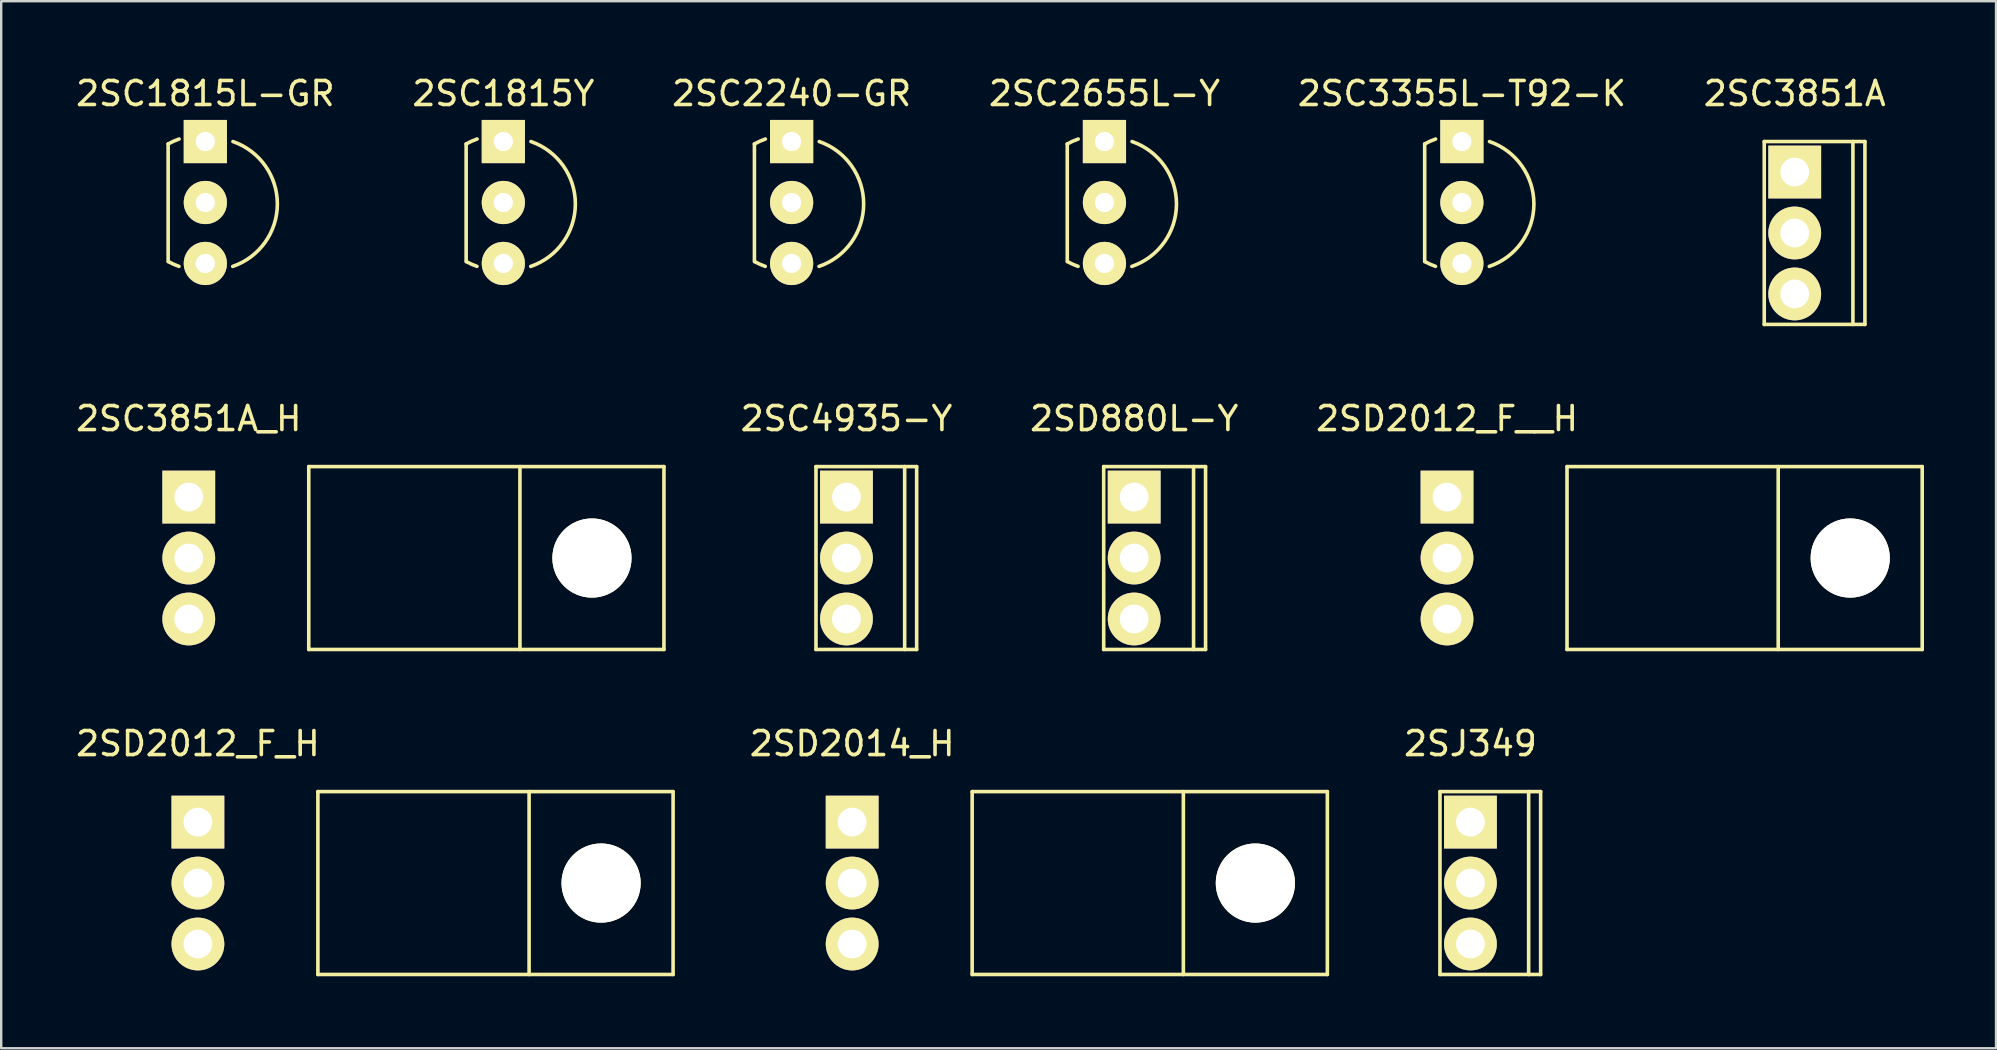
<source format=kicad_pcb>
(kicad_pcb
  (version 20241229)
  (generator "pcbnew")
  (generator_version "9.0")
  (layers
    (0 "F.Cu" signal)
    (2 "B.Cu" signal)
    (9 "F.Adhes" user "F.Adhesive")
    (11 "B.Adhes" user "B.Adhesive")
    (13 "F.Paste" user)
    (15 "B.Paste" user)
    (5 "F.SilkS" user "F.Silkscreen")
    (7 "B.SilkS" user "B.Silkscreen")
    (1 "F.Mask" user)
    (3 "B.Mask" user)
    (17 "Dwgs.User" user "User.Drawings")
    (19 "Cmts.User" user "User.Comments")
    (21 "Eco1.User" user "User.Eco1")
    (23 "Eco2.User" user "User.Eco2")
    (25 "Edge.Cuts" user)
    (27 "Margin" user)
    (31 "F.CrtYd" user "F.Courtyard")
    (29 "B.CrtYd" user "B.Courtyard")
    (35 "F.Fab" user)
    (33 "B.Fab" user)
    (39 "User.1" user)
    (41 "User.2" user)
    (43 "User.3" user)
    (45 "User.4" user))
  (footprint "2SD2014_H"
    (layer "F.Cu")
    (at 32.458 31.205)
    (property "Reference" "2SD2014_H" (at 0 -3.27 0) (layer "F.SilkS") (effects (font (size 1 1) (thickness 0.15))))
    (attr through_hole)
    (fp_line (start 5 -1.27) (end 5 6.35) (stroke (width 0.15) (type solid)) (layer "F.SilkS"))
    (fp_line (start 5 -1.27) (end 19.8 -1.27) (stroke (width 0.15) (type solid)) (layer "F.SilkS"))
    (fp_line (start 5 6.35) (end 19.8 6.35) (stroke (width 0.15) (type solid)) (layer "F.SilkS"))
    (fp_line (start 13.8 -1.27) (end 13.8 6.35) (stroke (width 0.15) (type solid)) (layer "F.SilkS"))
    (fp_line (start 19.8 -1.27) (end 19.8 6.35) (stroke (width 0.15) (type solid)) (layer "F.SilkS"))
    (pad "" np_thru_hole circle (at 16.8 2.54) (size 3.3 3.3) (drill 3.3) (layers "*.Cu" "*.Mask" "F.SilkS"))
    (pad "1" thru_hole rect (at 0 0) (size 2.2 2.2) (drill 1.2) (layers "*.Cu" "*.Mask" "F.SilkS"))
    (pad "2" thru_hole circle (at 0 2.54) (size 2.2 2.2) (drill 1.2) (layers "*.Cu" "*.Mask" "F.SilkS"))
    (pad "3" thru_hole circle (at 0 5.08) (size 2.2 2.2) (drill 1.2) (layers "*.Cu" "*.Mask" "F.SilkS")))
  (footprint "2SJ349"
    (layer "F.Cu")
    (at 58.22 31.205)
    (property "Reference" "2SJ349" (at 0 -3.27 0) (layer "F.SilkS") (effects (font (size 1 1) (thickness 0.15))))
    (attr through_hole)
    (fp_line (start -1.27 -1.27) (end -1.27 6.35) (stroke (width 0.15) (type solid)) (layer "F.SilkS"))
    (fp_line (start -1.27 -1.27) (end 2.925 -1.27) (stroke (width 0.15) (type solid)) (layer "F.SilkS"))
    (fp_line (start -1.27 6.35) (end 2.925 6.35) (stroke (width 0.15) (type solid)) (layer "F.SilkS"))
    (fp_line (start 2.425 -1.27) (end 2.425 6.35) (stroke (width 0.15) (type solid)) (layer "F.SilkS"))
    (fp_line (start 2.925 -1.27) (end 2.925 6.35) (stroke (width 0.15) (type solid)) (layer "F.SilkS"))
    (pad "1" thru_hole rect (at 0 0) (size 2.2 2.2) (drill 1.2) (layers "*.Cu" "*.Mask" "F.SilkS"))
    (pad "2" thru_hole circle (at 0 2.54) (size 2.2 2.2) (drill 1.2) (layers "*.Cu" "*.Mask" "F.SilkS"))
    (pad "3" thru_hole circle (at 0 5.08) (size 2.2 2.2) (drill 1.2) (layers "*.Cu" "*.Mask" "F.SilkS")))
  (footprint "2SC3851A"
    (layer "F.Cu")
    (at 71.732 4.118)
    (property "Reference" "2SC3851A" (at 0 -3.27 0) (layer "F.SilkS") (effects (font (size 1 1) (thickness 0.15))))
    (attr through_hole)
    (fp_line (start -1.27 -1.27) (end -1.27 6.35) (stroke (width 0.15) (type solid)) (layer "F.SilkS"))
    (fp_line (start -1.27 -1.27) (end 2.925 -1.27) (stroke (width 0.15) (type solid)) (layer "F.SilkS"))
    (fp_line (start -1.27 6.35) (end 2.925 6.35) (stroke (width 0.15) (type solid)) (layer "F.SilkS"))
    (fp_line (start 2.425 -1.27) (end 2.425 6.35) (stroke (width 0.15) (type solid)) (layer "F.SilkS"))
    (fp_line (start 2.925 -1.27) (end 2.925 6.35) (stroke (width 0.15) (type solid)) (layer "F.SilkS"))
    (pad "1" thru_hole rect (at 0 0) (size 2.2 2.2) (drill 1.2) (layers "*.Cu" "*.Mask" "F.SilkS"))
    (pad "2" thru_hole circle (at 0 2.54) (size 2.2 2.2) (drill 1.2) (layers "*.Cu" "*.Mask" "F.SilkS"))
    (pad "3" thru_hole circle (at 0 5.08) (size 2.2 2.2) (drill 1.2) (layers "*.Cu" "*.Mask" "F.SilkS")))
  (footprint "2SD2012_F_H"
    (layer "F.Cu")
    (at 5.196 31.205)
    (property "Reference" "2SD2012_F_H" (at 0 -3.27 0) (layer "F.SilkS") (effects (font (size 1 1) (thickness 0.15))))
    (attr through_hole)
    (fp_line (start 5 -1.27) (end 5 6.35) (stroke (width 0.15) (type solid)) (layer "F.SilkS"))
    (fp_line (start 5 -1.27) (end 19.8 -1.27) (stroke (width 0.15) (type solid)) (layer "F.SilkS"))
    (fp_line (start 5 6.35) (end 19.8 6.35) (stroke (width 0.15) (type solid)) (layer "F.SilkS"))
    (fp_line (start 13.8 -1.27) (end 13.8 6.35) (stroke (width 0.15) (type solid)) (layer "F.SilkS"))
    (fp_line (start 19.8 -1.27) (end 19.8 6.35) (stroke (width 0.15) (type solid)) (layer "F.SilkS"))
    (pad "" np_thru_hole circle (at 16.8 2.54) (size 3.3 3.3) (drill 3.3) (layers "*.Cu" "*.Mask" "F.SilkS"))
    (pad "1" thru_hole rect (at 0 0) (size 2.2 2.2) (drill 1.2) (layers "*.Cu" "*.Mask" "F.SilkS"))
    (pad "2" thru_hole circle (at 0 2.54) (size 2.2 2.2) (drill 1.2) (layers "*.Cu" "*.Mask" "F.SilkS"))
    (pad "3" thru_hole circle (at 0 5.08) (size 2.2 2.2) (drill 1.2) (layers "*.Cu" "*.Mask" "F.SilkS")))
  (footprint "2SC3851A_H"
    (layer "F.Cu")
    (at 4.815 17.662)
    (property "Reference" "2SC3851A_H" (at 0 -3.27 0) (layer "F.SilkS") (effects (font (size 1 1) (thickness 0.15))))
    (attr through_hole)
    (fp_line (start 5 -1.27) (end 5 6.35) (stroke (width 0.15) (type solid)) (layer "F.SilkS"))
    (fp_line (start 5 -1.27) (end 19.8 -1.27) (stroke (width 0.15) (type solid)) (layer "F.SilkS"))
    (fp_line (start 5 6.35) (end 19.8 6.35) (stroke (width 0.15) (type solid)) (layer "F.SilkS"))
    (fp_line (start 13.8 -1.27) (end 13.8 6.35) (stroke (width 0.15) (type solid)) (layer "F.SilkS"))
    (fp_line (start 19.8 -1.27) (end 19.8 6.35) (stroke (width 0.15) (type solid)) (layer "F.SilkS"))
    (pad "" np_thru_hole circle (at 16.8 2.54) (size 3.3 3.3) (drill 3.3) (layers "*.Cu" "*.Mask" "F.SilkS"))
    (pad "1" thru_hole rect (at 0 0) (size 2.2 2.2) (drill 1.2) (layers "*.Cu" "*.Mask" "F.SilkS"))
    (pad "2" thru_hole circle (at 0 2.54) (size 2.2 2.2) (drill 1.2) (layers "*.Cu" "*.Mask" "F.SilkS"))
    (pad "3" thru_hole circle (at 0 5.08) (size 2.2 2.2) (drill 1.2) (layers "*.Cu" "*.Mask" "F.SilkS")))
  (footprint "2SC4935-Y"
    (layer "F.Cu")
    (at 32.22 17.662)
    (property "Reference" "2SC4935-Y" (at 0 -3.27 0) (layer "F.SilkS") (effects (font (size 1 1) (thickness 0.15))))
    (attr through_hole)
    (fp_line (start -1.27 -1.27) (end -1.27 6.35) (stroke (width 0.15) (type solid)) (layer "F.SilkS"))
    (fp_line (start -1.27 -1.27) (end 2.925 -1.27) (stroke (width 0.15) (type solid)) (layer "F.SilkS"))
    (fp_line (start -1.27 6.35) (end 2.925 6.35) (stroke (width 0.15) (type solid)) (layer "F.SilkS"))
    (fp_line (start 2.425 -1.27) (end 2.425 6.35) (stroke (width 0.15) (type solid)) (layer "F.SilkS"))
    (fp_line (start 2.925 -1.27) (end 2.925 6.35) (stroke (width 0.15) (type solid)) (layer "F.SilkS"))
    (pad "1" thru_hole rect (at 0 0) (size 2.2 2.2) (drill 1.2) (layers "*.Cu" "*.Mask" "F.SilkS"))
    (pad "2" thru_hole circle (at 0 2.54) (size 2.2 2.2) (drill 1.2) (layers "*.Cu" "*.Mask" "F.SilkS"))
    (pad "3" thru_hole circle (at 0 5.08) (size 2.2 2.2) (drill 1.2) (layers "*.Cu" "*.Mask" "F.SilkS")))
  (footprint "2SD880L-Y"
    (layer "F.Cu")
    (at 44.208 17.662)
    (property "Reference" "2SD880L-Y" (at 0 -3.27 0) (layer "F.SilkS") (effects (font (size 1 1) (thickness 0.15))))
    (attr through_hole)
    (fp_line (start -1.27 -1.27) (end -1.27 6.35) (stroke (width 0.15) (type solid)) (layer "F.SilkS"))
    (fp_line (start -1.27 -1.27) (end 2.975 -1.27) (stroke (width 0.15) (type solid)) (layer "F.SilkS"))
    (fp_line (start -1.27 6.35) (end 2.975 6.35) (stroke (width 0.15) (type solid)) (layer "F.SilkS"))
    (fp_line (start 2.475 -1.27) (end 2.475 6.35) (stroke (width 0.15) (type solid)) (layer "F.SilkS"))
    (fp_line (start 2.975 -1.27) (end 2.975 6.35) (stroke (width 0.15) (type solid)) (layer "F.SilkS"))
    (pad "1" thru_hole rect (at 0 0) (size 2.2 2.2) (drill 1.2) (layers "*.Cu" "*.Mask" "F.SilkS"))
    (pad "2" thru_hole circle (at 0 2.54) (size 2.2 2.2) (drill 1.2) (layers "*.Cu" "*.Mask" "F.SilkS"))
    (pad "3" thru_hole circle (at 0 5.08) (size 2.2 2.2) (drill 1.2) (layers "*.Cu" "*.Mask" "F.SilkS")))
  (footprint "2SC1815Y"
    (layer "F.Cu")
    (at 17.923 2.848)
    (property "Reference" "2SC1815Y" (at 0 -2 0) (layer "F.SilkS") (effects (font (size 1 1) (thickness 0.15))))
    (attr through_hole)
    (fp_line (start -1.55 5) (end -1.55 0.1) (stroke (width 0.15) (type solid)) (layer "F.SilkS"))
    (fp_arc (start -1.55 0.1) (mid -1.326783 -0.012505) (end -1.09461 -0.105127) (stroke (width 0.15) (type solid)) (layer "F.SilkS"))
    (fp_arc (start -1.1 5.2) (mid -1.32318 5.111666) (end -1.537812 5.004217) (stroke (width 0.15) (type solid)) (layer "F.SilkS"))
    (fp_arc (start 1.15 0) (mid 3.00136 2.60449) (end 1.14151 5.202923) (stroke (width 0.15) (type solid)) (layer "F.SilkS"))
    (pad "1" thru_hole rect (at 0 0) (size 1.8 1.8) (drill 0.8) (layers "*.Cu" "*.Mask" "F.SilkS"))
    (pad "2" thru_hole circle (at 0 2.54) (size 1.8 1.8) (drill 0.8) (layers "*.Cu" "*.Mask" "F.SilkS"))
    (pad "3" thru_hole circle (at 0 5.08) (size 1.8 1.8) (drill 0.8) (layers "*.Cu" "*.Mask" "F.SilkS")))
  (footprint "2SD2012_F__H"
    (layer "F.Cu")
    (at 57.244 17.662)
    (property "Reference" "2SD2012_F__H" (at 0 -3.27 0) (layer "F.SilkS") (effects (font (size 1 1) (thickness 0.15))))
    (attr through_hole)
    (fp_line (start 5 -1.27) (end 5 6.35) (stroke (width 0.15) (type solid)) (layer "F.SilkS"))
    (fp_line (start 5 -1.27) (end 19.8 -1.27) (stroke (width 0.15) (type solid)) (layer "F.SilkS"))
    (fp_line (start 5 6.35) (end 19.8 6.35) (stroke (width 0.15) (type solid)) (layer "F.SilkS"))
    (fp_line (start 13.8 -1.27) (end 13.8 6.35) (stroke (width 0.15) (type solid)) (layer "F.SilkS"))
    (fp_line (start 19.8 -1.27) (end 19.8 6.35) (stroke (width 0.15) (type solid)) (layer "F.SilkS"))
    (pad "" np_thru_hole circle (at 16.8 2.54) (size 3.3 3.3) (drill 3.3) (layers "*.Cu" "*.Mask" "F.SilkS"))
    (pad "1" thru_hole rect (at 0 0) (size 2.2 2.2) (drill 1.2) (layers "*.Cu" "*.Mask" "F.SilkS"))
    (pad "2" thru_hole circle (at 0 2.54) (size 2.2 2.2) (drill 1.2) (layers "*.Cu" "*.Mask" "F.SilkS"))
    (pad "3" thru_hole circle (at 0 5.08) (size 2.2 2.2) (drill 1.2) (layers "*.Cu" "*.Mask" "F.SilkS")))
  (footprint "2SC3355L-T92-K"
    (layer "F.Cu")
    (at 57.863 2.848)
    (property "Reference" "2SC3355L-T92-K" (at 0 -2 0) (layer "F.SilkS") (effects (font (size 1 1) (thickness 0.15))))
    (attr through_hole)
    (fp_line (start -1.55 5) (end -1.55 0.1) (stroke (width 0.15) (type solid)) (layer "F.SilkS"))
    (fp_arc (start -1.55 0.1) (mid -1.326783 -0.012505) (end -1.09461 -0.105127) (stroke (width 0.15) (type solid)) (layer "F.SilkS"))
    (fp_arc (start -1.1 5.2) (mid -1.32318 5.111666) (end -1.537812 5.004217) (stroke (width 0.15) (type solid)) (layer "F.SilkS"))
    (fp_arc (start 1.15 0) (mid 3.00136 2.60449) (end 1.14151 5.202923) (stroke (width 0.15) (type solid)) (layer "F.SilkS"))
    (pad "1" thru_hole rect (at 0 0) (size 1.8 1.8) (drill 0.8) (layers "*.Cu" "*.Mask" "F.SilkS"))
    (pad "2" thru_hole circle (at 0 2.54) (size 1.8 1.8) (drill 0.8) (layers "*.Cu" "*.Mask" "F.SilkS"))
    (pad "3" thru_hole circle (at 0 5.08) (size 1.8 1.8) (drill 0.8) (layers "*.Cu" "*.Mask" "F.SilkS")))
  (footprint "2SC2655L-Y"
    (layer "F.Cu")
    (at 42.97 2.848)
    (property "Reference" "2SC2655L-Y" (at 0 -2 0) (layer "F.SilkS") (effects (font (size 1 1) (thickness 0.15))))
    (attr through_hole)
    (fp_line (start -1.55 5) (end -1.55 0.1) (stroke (width 0.15) (type solid)) (layer "F.SilkS"))
    (fp_arc (start -1.55 0.1) (mid -1.326783 -0.012505) (end -1.09461 -0.105127) (stroke (width 0.15) (type solid)) (layer "F.SilkS"))
    (fp_arc (start -1.1 5.2) (mid -1.32318 5.111666) (end -1.537812 5.004217) (stroke (width 0.15) (type solid)) (layer "F.SilkS"))
    (fp_arc (start 1.15 0) (mid 3.00136 2.60449) (end 1.14151 5.202923) (stroke (width 0.15) (type solid)) (layer "F.SilkS"))
    (pad "1" thru_hole rect (at 0 0) (size 1.8 1.8) (drill 0.8) (layers "*.Cu" "*.Mask" "F.SilkS"))
    (pad "2" thru_hole circle (at 0 2.54) (size 1.8 1.8) (drill 0.8) (layers "*.Cu" "*.Mask" "F.SilkS"))
    (pad "3" thru_hole circle (at 0 5.08) (size 1.8 1.8) (drill 0.8) (layers "*.Cu" "*.Mask" "F.SilkS")))
  (footprint "2SC2240-GR"
    (layer "F.Cu")
    (at 29.935 2.848)
    (property "Reference" "2SC2240-GR" (at 0 -2 0) (layer "F.SilkS") (effects (font (size 1 1) (thickness 0.15))))
    (attr through_hole)
    (fp_line (start -1.55 5) (end -1.55 0.1) (stroke (width 0.15) (type solid)) (layer "F.SilkS"))
    (fp_arc (start -1.55 0.1) (mid -1.326783 -0.012505) (end -1.09461 -0.105127) (stroke (width 0.15) (type solid)) (layer "F.SilkS"))
    (fp_arc (start -1.1 5.2) (mid -1.32318 5.111666) (end -1.537812 5.004217) (stroke (width 0.15) (type solid)) (layer "F.SilkS"))
    (fp_arc (start 1.15 0) (mid 3.00136 2.60449) (end 1.14151 5.202923) (stroke (width 0.15) (type solid)) (layer "F.SilkS"))
    (pad "1" thru_hole rect (at 0 0) (size 1.8 1.8) (drill 0.8) (layers "*.Cu" "*.Mask" "F.SilkS"))
    (pad "2" thru_hole circle (at 0 2.54) (size 1.8 1.8) (drill 0.8) (layers "*.Cu" "*.Mask" "F.SilkS"))
    (pad "3" thru_hole circle (at 0 5.08) (size 1.8 1.8) (drill 0.8) (layers "*.Cu" "*.Mask" "F.SilkS")))
  (footprint "2SC1815L-GR"
    (layer "F.Cu")
    (at 5.506 2.848)
    (property "Reference" "2SC1815L-GR" (at 0 -2 0) (layer "F.SilkS") (effects (font (size 1 1) (thickness 0.15))))
    (attr through_hole)
    (fp_line (start -1.55 5) (end -1.55 0.1) (stroke (width 0.15) (type solid)) (layer "F.SilkS"))
    (fp_arc (start -1.55 0.1) (mid -1.326783 -0.012505) (end -1.09461 -0.105127) (stroke (width 0.15) (type solid)) (layer "F.SilkS"))
    (fp_arc (start -1.1 5.2) (mid -1.32318 5.111666) (end -1.537812 5.004217) (stroke (width 0.15) (type solid)) (layer "F.SilkS"))
    (fp_arc (start 1.15 0) (mid 3.00136 2.60449) (end 1.14151 5.202923) (stroke (width 0.15) (type solid)) (layer "F.SilkS"))
    (pad "1" thru_hole rect (at 0 0) (size 1.8 1.8) (drill 0.8) (layers "*.Cu" "*.Mask" "F.SilkS"))
    (pad "2" thru_hole circle (at 0 2.54) (size 1.8 1.8) (drill 0.8) (layers "*.Cu" "*.Mask" "F.SilkS"))
    (pad "3" thru_hole circle (at 0 5.08) (size 1.8 1.8) (drill 0.8) (layers "*.Cu" "*.Mask" "F.SilkS")))
  (gr_rect
    (start -3 -3)
    (end 80.119 40.63)
    (stroke (width 0.1) (type default))
    (fill no)
    (layer "Edge.Cuts")))
</source>
